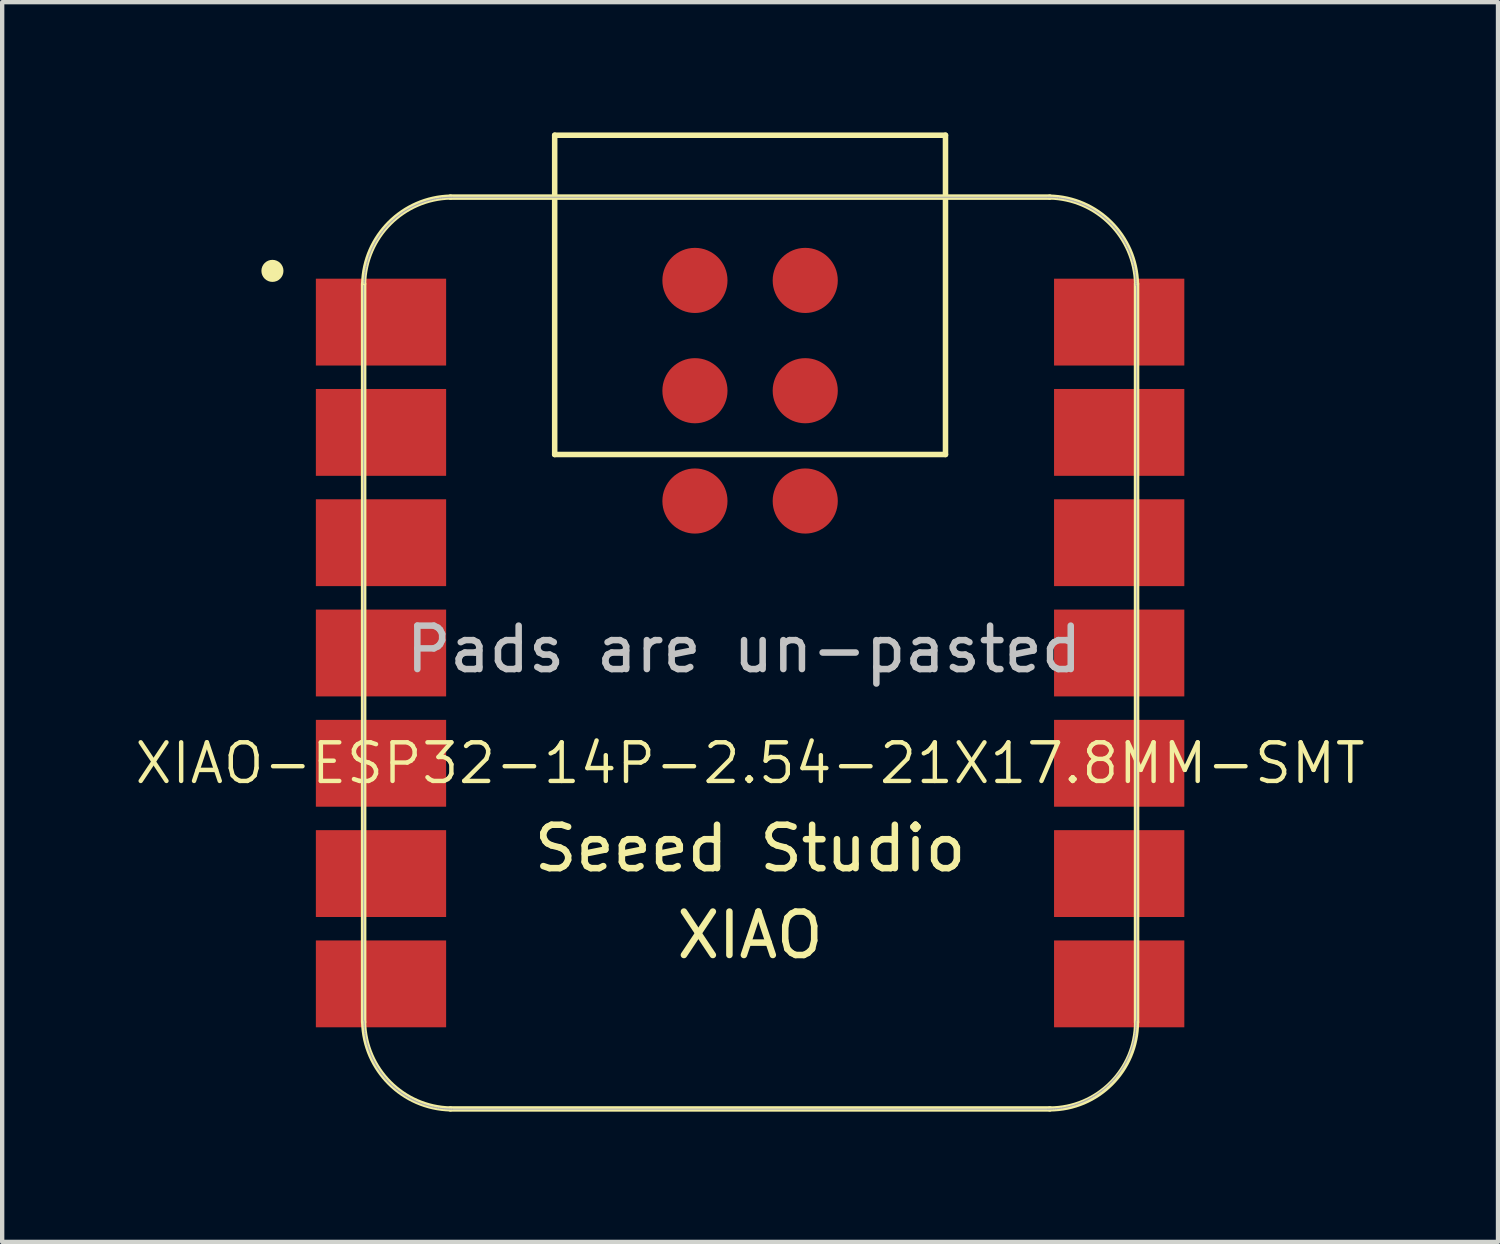
<source format=kicad_pcb>
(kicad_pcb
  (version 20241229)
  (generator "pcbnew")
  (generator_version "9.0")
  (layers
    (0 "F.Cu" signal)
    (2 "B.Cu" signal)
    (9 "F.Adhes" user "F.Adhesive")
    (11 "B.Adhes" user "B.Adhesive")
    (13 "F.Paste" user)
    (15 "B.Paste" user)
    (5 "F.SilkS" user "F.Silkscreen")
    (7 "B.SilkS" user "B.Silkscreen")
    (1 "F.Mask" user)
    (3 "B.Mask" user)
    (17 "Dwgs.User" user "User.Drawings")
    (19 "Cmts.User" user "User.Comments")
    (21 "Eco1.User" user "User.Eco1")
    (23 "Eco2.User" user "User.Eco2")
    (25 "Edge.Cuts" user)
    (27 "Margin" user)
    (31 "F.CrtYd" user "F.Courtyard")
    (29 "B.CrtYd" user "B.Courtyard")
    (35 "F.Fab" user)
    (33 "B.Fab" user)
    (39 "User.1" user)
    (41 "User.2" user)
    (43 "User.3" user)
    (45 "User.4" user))
  (footprint "XIAO-ESP32-14P-2.54-21X17.8MM-SMT"
    (layer "F.Cu")
    (at 14.224 11.988)
    (property "Reference" "XIAO-ESP32-14P-2.54-21X17.8MM-SMT" (at 0 2.54 0) (layer "F.SilkS") (effects (font (size 0.889 0.889) (thickness 0.102))))
    (attr smd)
    (fp_line (start -8.9 -8.5) (end -8.9 8.5) (stroke (width 0.127) (type solid)) (layer "F.SilkS"))
    (fp_line (start -6.9 10.5) (end 6.9 10.5) (stroke (width 0.127) (type solid)) (layer "F.SilkS"))
    (fp_line (start -4.5 -11.924) (end 4.5 -11.924) (stroke (width 0.127) (type solid)) (layer "F.SilkS"))
    (fp_line (start -4.5 -4.571) (end -4.5 -11.924) (stroke (width 0.127) (type solid)) (layer "F.SilkS"))
    (fp_line (start 4.5 -11.924) (end 4.5 -4.571) (stroke (width 0.127) (type solid)) (layer "F.SilkS"))
    (fp_line (start 4.5 -4.571) (end -4.5 -4.571) (stroke (width 0.127) (type solid)) (layer "F.SilkS"))
    (fp_line (start 6.9 -10.499) (end -6.9 -10.499) (stroke (width 0.127) (type solid)) (layer "F.SilkS"))
    (fp_line (start 8.9 8.5) (end 8.9 -8.5) (stroke (width 0.127) (type solid)) (layer "F.SilkS"))
    (fp_arc (start -8.9 -8.5) (mid -8.301491 -9.901491) (end -6.9 -10.5) (stroke (width 0.12) (type solid)) (layer "F.SilkS"))
    (fp_arc (start -6.9 10.5) (mid -8.301423 9.901423) (end -8.9 8.5) (stroke (width 0.12) (type solid)) (layer "F.SilkS"))
    (fp_arc (start 6.9 -10.5) (mid 8.301491 -9.901491) (end 8.9 -8.5) (stroke (width 0.12) (type solid)) (layer "F.SilkS"))
    (fp_arc (start 8.9 8.5) (mid 8.314214 9.914214) (end 6.9 10.5) (stroke (width 0.12) (type solid)) (layer "F.SilkS"))
    (fp_circle (center -11 -8.8) (end -11 -9.054) (stroke (width 0) (type solid)) (fill yes) (layer "F.SilkS"))
    (fp_poly (pts (xy -8.888 -8.562) (xy -8.885 -8.61) (xy -8.881 -8.659)) (stroke (width 0.025) (type solid)) (fill no) (layer "F.SilkS"))
    (fp_poly (pts (xy 8.889 8.522) (xy 8.888 8.571) (xy 8.885 8.62) (xy 8.881 8.669) (xy 8.875 8.717) (xy 8.869 8.766) (xy 8.861 8.815) (xy 8.852 8.863) (xy 8.842 8.911)) (stroke (width 0.025) (type solid)) (fill no) (layer "F.SilkS"))
    (fp_line (start -8.9 -8.463) (end -8.9 8.473) (stroke (width 0.025) (type solid)) (layer "F.Fab"))
    (fp_line (start -8.89 8.473) (end -8.889 8.522) (stroke (width 0.025) (type solid)) (layer "F.Fab"))
    (fp_line (start -8.889 8.522) (end -8.888 8.571) (stroke (width 0.025) (type solid)) (layer "F.Fab"))
    (fp_line (start -8.888 -8.562) (end -8.889 -8.512) (stroke (width 0.025) (type solid)) (layer "F.Fab"))
    (fp_line (start -8.888 8.571) (end -8.885 8.62) (stroke (width 0.025) (type solid)) (layer "F.Fab"))
    (fp_line (start -8.885 -8.61) (end -8.888 -8.562) (stroke (width 0.025) (type solid)) (layer "F.Fab"))
    (fp_line (start -8.885 8.62) (end -8.881 8.669) (stroke (width 0.025) (type solid)) (layer "F.Fab"))
    (fp_line (start -8.881 -8.659) (end -8.885 -8.61) (stroke (width 0.025) (type solid)) (layer "F.Fab"))
    (fp_line (start -8.881 8.669) (end -8.875 8.717) (stroke (width 0.025) (type solid)) (layer "F.Fab"))
    (fp_line (start -8.875 -8.708) (end -8.881 -8.659) (stroke (width 0.025) (type solid)) (layer "F.Fab"))
    (fp_line (start -8.875 8.717) (end -8.869 8.766) (stroke (width 0.025) (type solid)) (layer "F.Fab"))
    (fp_line (start -8.869 -8.757) (end -8.875 -8.708) (stroke (width 0.025) (type solid)) (layer "F.Fab"))
    (fp_line (start -8.869 8.766) (end -8.861 8.815) (stroke (width 0.025) (type solid)) (layer "F.Fab"))
    (fp_line (start -8.861 -8.806) (end -8.869 -8.757) (stroke (width 0.025) (type solid)) (layer "F.Fab"))
    (fp_line (start -8.861 8.815) (end -8.852 8.863) (stroke (width 0.025) (type solid)) (layer "F.Fab"))
    (fp_line (start -8.852 -8.854) (end -8.861 -8.806) (stroke (width 0.025) (type solid)) (layer "F.Fab"))
    (fp_line (start -8.852 8.863) (end -8.842 8.911) (stroke (width 0.025) (type solid)) (layer "F.Fab"))
    (fp_line (start -8.842 -8.902) (end -8.852 -8.854) (stroke (width 0.025) (type solid)) (layer "F.Fab"))
    (fp_line (start -8.842 8.911) (end -8.831 8.959) (stroke (width 0.025) (type solid)) (layer "F.Fab"))
    (fp_line (start -8.831 -8.95) (end -8.842 -8.902) (stroke (width 0.025) (type solid)) (layer "F.Fab"))
    (fp_line (start -8.831 8.959) (end -8.819 9.006) (stroke (width 0.025) (type solid)) (layer "F.Fab"))
    (fp_line (start -8.819 -8.997) (end -8.831 -8.95) (stroke (width 0.025) (type solid)) (layer "F.Fab"))
    (fp_line (start -8.819 9.006) (end -8.805 9.054) (stroke (width 0.025) (type solid)) (layer "F.Fab"))
    (fp_line (start -8.805 -9.045) (end -8.819 -8.997) (stroke (width 0.025) (type solid)) (layer "F.Fab"))
    (fp_line (start -8.805 9.054) (end -8.79 9.1) (stroke (width 0.025) (type solid)) (layer "F.Fab"))
    (fp_line (start -8.79 -9.091) (end -8.805 -9.045) (stroke (width 0.025) (type solid)) (layer "F.Fab"))
    (fp_line (start -8.79 9.1) (end -8.775 9.147) (stroke (width 0.025) (type solid)) (layer "F.Fab"))
    (fp_line (start -8.775 -9.138) (end -8.79 -9.091) (stroke (width 0.025) (type solid)) (layer "F.Fab"))
    (fp_line (start -8.775 9.147) (end -8.758 9.193) (stroke (width 0.025) (type solid)) (layer "F.Fab"))
    (fp_line (start -8.758 -9.184) (end -8.775 -9.138) (stroke (width 0.025) (type solid)) (layer "F.Fab"))
    (fp_line (start -8.758 9.193) (end -8.74 9.239) (stroke (width 0.025) (type solid)) (layer "F.Fab"))
    (fp_line (start -8.74 -9.23) (end -8.758 -9.184) (stroke (width 0.025) (type solid)) (layer "F.Fab"))
    (fp_line (start -8.74 9.239) (end -8.721 9.284) (stroke (width 0.025) (type solid)) (layer "F.Fab"))
    (fp_line (start -8.721 -9.275) (end -8.74 -9.23) (stroke (width 0.025) (type solid)) (layer "F.Fab"))
    (fp_line (start -8.721 9.284) (end -8.701 9.329) (stroke (width 0.025) (type solid)) (layer "F.Fab"))
    (fp_line (start -8.701 -9.32) (end -8.721 -9.275) (stroke (width 0.025) (type solid)) (layer "F.Fab"))
    (fp_line (start -8.701 9.329) (end -8.679 9.373) (stroke (width 0.025) (type solid)) (layer "F.Fab"))
    (fp_line (start -8.679 -9.364) (end -8.701 -9.32) (stroke (width 0.025) (type solid)) (layer "F.Fab"))
    (fp_line (start -8.679 9.373) (end -8.657 9.417) (stroke (width 0.025) (type solid)) (layer "F.Fab"))
    (fp_line (start -8.657 -9.408) (end -8.679 -9.364) (stroke (width 0.025) (type solid)) (layer "F.Fab"))
    (fp_line (start -8.657 9.417) (end -8.634 9.46) (stroke (width 0.025) (type solid)) (layer "F.Fab"))
    (fp_line (start -8.634 -9.451) (end -8.657 -9.408) (stroke (width 0.025) (type solid)) (layer "F.Fab"))
    (fp_line (start -8.634 9.46) (end -8.61 9.503) (stroke (width 0.025) (type solid)) (layer "F.Fab"))
    (fp_line (start -8.61 -9.494) (end -8.634 -9.451) (stroke (width 0.025) (type solid)) (layer "F.Fab"))
    (fp_line (start -8.61 9.503) (end -8.584 9.545) (stroke (width 0.025) (type solid)) (layer "F.Fab"))
    (fp_line (start -8.584 -9.536) (end -8.61 -9.494) (stroke (width 0.025) (type solid)) (layer "F.Fab"))
    (fp_line (start -8.584 9.545) (end -8.558 9.586) (stroke (width 0.025) (type solid)) (layer "F.Fab"))
    (fp_line (start -8.558 -9.577) (end -8.584 -9.536) (stroke (width 0.025) (type solid)) (layer "F.Fab"))
    (fp_line (start -8.558 9.586) (end -8.53 9.627) (stroke (width 0.025) (type solid)) (layer "F.Fab"))
    (fp_line (start -8.53 -9.618) (end -8.558 -9.577) (stroke (width 0.025) (type solid)) (layer "F.Fab"))
    (fp_line (start -8.53 9.627) (end -8.502 9.667) (stroke (width 0.025) (type solid)) (layer "F.Fab"))
    (fp_line (start -8.502 -9.658) (end -8.53 -9.618) (stroke (width 0.025) (type solid)) (layer "F.Fab"))
    (fp_line (start -8.502 9.667) (end -8.473 9.706) (stroke (width 0.025) (type solid)) (layer "F.Fab"))
    (fp_line (start -8.473 -9.697) (end -8.502 -9.658) (stroke (width 0.025) (type solid)) (layer "F.Fab"))
    (fp_line (start -8.473 9.706) (end -8.442 9.745) (stroke (width 0.025) (type solid)) (layer "F.Fab"))
    (fp_line (start -8.442 -9.736) (end -8.473 -9.697) (stroke (width 0.025) (type solid)) (layer "F.Fab"))
    (fp_line (start -8.442 9.745) (end -8.411 9.783) (stroke (width 0.025) (type solid)) (layer "F.Fab"))
    (fp_line (start -8.411 -9.774) (end -8.442 -9.736) (stroke (width 0.025) (type solid)) (layer "F.Fab"))
    (fp_line (start -8.411 9.783) (end -8.379 9.82) (stroke (width 0.025) (type solid)) (layer "F.Fab"))
    (fp_line (start -8.379 -9.811) (end -8.411 -9.774) (stroke (width 0.025) (type solid)) (layer "F.Fab"))
    (fp_line (start -8.379 9.82) (end -8.346 9.856) (stroke (width 0.025) (type solid)) (layer "F.Fab"))
    (fp_line (start -8.346 -9.847) (end -8.379 -9.811) (stroke (width 0.025) (type solid)) (layer "F.Fab"))
    (fp_line (start -8.346 9.856) (end -8.312 9.892) (stroke (width 0.025) (type solid)) (layer "F.Fab"))
    (fp_line (start -8.312 -9.883) (end -8.346 -9.847) (stroke (width 0.025) (type solid)) (layer "F.Fab"))
    (fp_line (start -8.312 9.892) (end -8.277 9.927) (stroke (width 0.025) (type solid)) (layer "F.Fab"))
    (fp_line (start -8.277 -9.918) (end -8.312 -9.883) (stroke (width 0.025) (type solid)) (layer "F.Fab"))
    (fp_line (start -8.277 9.927) (end -8.242 9.96) (stroke (width 0.025) (type solid)) (layer "F.Fab"))
    (fp_line (start -8.242 -9.951) (end -8.277 -9.918) (stroke (width 0.025) (type solid)) (layer "F.Fab"))
    (fp_line (start -8.242 9.96) (end -8.205 9.994) (stroke (width 0.025) (type solid)) (layer "F.Fab"))
    (fp_line (start -8.205 -9.984) (end -8.242 -9.951) (stroke (width 0.025) (type solid)) (layer "F.Fab"))
    (fp_line (start -8.205 9.994) (end -8.168 10.026) (stroke (width 0.025) (type solid)) (layer "F.Fab"))
    (fp_line (start -8.168 -10.017) (end -8.205 -9.984) (stroke (width 0.025) (type solid)) (layer "F.Fab"))
    (fp_line (start -8.168 10.026) (end -8.13 10.057) (stroke (width 0.025) (type solid)) (layer "F.Fab"))
    (fp_line (start -8.13 -10.048) (end -8.168 -10.017) (stroke (width 0.025) (type solid)) (layer "F.Fab"))
    (fp_line (start -8.13 10.057) (end -8.092 10.087) (stroke (width 0.025) (type solid)) (layer "F.Fab"))
    (fp_line (start -8.092 -10.078) (end -8.13 -10.048) (stroke (width 0.025) (type solid)) (layer "F.Fab"))
    (fp_line (start -8.092 10.087) (end -8.052 10.116) (stroke (width 0.025) (type solid)) (layer "F.Fab"))
    (fp_line (start -8.052 -10.107) (end -8.092 -10.078) (stroke (width 0.025) (type solid)) (layer "F.Fab"))
    (fp_line (start -8.052 10.116) (end -8.012 10.145) (stroke (width 0.025) (type solid)) (layer "F.Fab"))
    (fp_line (start -8.012 -10.136) (end -8.052 -10.107) (stroke (width 0.025) (type solid)) (layer "F.Fab"))
    (fp_line (start -8.012 10.145) (end -7.972 10.172) (stroke (width 0.025) (type solid)) (layer "F.Fab"))
    (fp_line (start -7.972 -10.163) (end -8.012 -10.136) (stroke (width 0.025) (type solid)) (layer "F.Fab"))
    (fp_line (start -7.972 10.172) (end -7.93 10.199) (stroke (width 0.025) (type solid)) (layer "F.Fab"))
    (fp_line (start -7.93 -10.19) (end -7.972 -10.163) (stroke (width 0.025) (type solid)) (layer "F.Fab"))
    (fp_line (start -7.93 10.199) (end -7.888 10.224) (stroke (width 0.025) (type solid)) (layer "F.Fab"))
    (fp_line (start -7.888 -10.215) (end -7.93 -10.19) (stroke (width 0.025) (type solid)) (layer "F.Fab"))
    (fp_line (start -7.888 10.224) (end -7.846 10.249) (stroke (width 0.025) (type solid)) (layer "F.Fab"))
    (fp_line (start -7.846 -10.239) (end -7.888 -10.215) (stroke (width 0.025) (type solid)) (layer "F.Fab"))
    (fp_line (start -7.846 10.249) (end -7.802 10.272) (stroke (width 0.025) (type solid)) (layer "F.Fab"))
    (fp_line (start -7.802 -10.263) (end -7.846 -10.239) (stroke (width 0.025) (type solid)) (layer "F.Fab"))
    (fp_line (start -7.802 10.272) (end -7.759 10.294) (stroke (width 0.025) (type solid)) (layer "F.Fab"))
    (fp_line (start -7.759 -10.285) (end -7.802 -10.263) (stroke (width 0.025) (type solid)) (layer "F.Fab"))
    (fp_line (start -7.759 10.294) (end -7.714 10.315) (stroke (width 0.025) (type solid)) (layer "F.Fab"))
    (fp_line (start -7.714 -10.306) (end -7.759 -10.285) (stroke (width 0.025) (type solid)) (layer "F.Fab"))
    (fp_line (start -7.714 10.315) (end -7.67 10.335) (stroke (width 0.025) (type solid)) (layer "F.Fab"))
    (fp_line (start -7.67 -10.326) (end -7.714 -10.306) (stroke (width 0.025) (type solid)) (layer "F.Fab"))
    (fp_line (start -7.67 10.335) (end -7.624 10.354) (stroke (width 0.025) (type solid)) (layer "F.Fab"))
    (fp_line (start -7.624 -10.345) (end -7.67 -10.326) (stroke (width 0.025) (type solid)) (layer "F.Fab"))
    (fp_line (start -7.624 10.354) (end -7.579 10.372) (stroke (width 0.025) (type solid)) (layer "F.Fab"))
    (fp_line (start -7.579 -10.363) (end -7.624 -10.345) (stroke (width 0.025) (type solid)) (layer "F.Fab"))
    (fp_line (start -7.579 10.372) (end -7.532 10.389) (stroke (width 0.025) (type solid)) (layer "F.Fab"))
    (fp_line (start -7.532 -10.38) (end -7.579 -10.363) (stroke (width 0.025) (type solid)) (layer "F.Fab"))
    (fp_line (start -7.532 10.389) (end -7.486 10.405) (stroke (width 0.025) (type solid)) (layer "F.Fab"))
    (fp_line (start -7.486 -10.396) (end -7.532 -10.38) (stroke (width 0.025) (type solid)) (layer "F.Fab"))
    (fp_line (start -7.486 10.405) (end -7.439 10.42) (stroke (width 0.025) (type solid)) (layer "F.Fab"))
    (fp_line (start -7.439 -10.411) (end -7.486 -10.396) (stroke (width 0.025) (type solid)) (layer "F.Fab"))
    (fp_line (start -7.439 10.42) (end -7.392 10.433) (stroke (width 0.025) (type solid)) (layer "F.Fab"))
    (fp_line (start -7.392 -10.424) (end -7.439 -10.411) (stroke (width 0.025) (type solid)) (layer "F.Fab"))
    (fp_line (start -7.392 10.433) (end -7.344 10.446) (stroke (width 0.025) (type solid)) (layer "F.Fab"))
    (fp_line (start -7.344 -10.436) (end -7.392 -10.424) (stroke (width 0.025) (type solid)) (layer "F.Fab"))
    (fp_line (start -7.344 10.446) (end -7.296 10.457) (stroke (width 0.025) (type solid)) (layer "F.Fab"))
    (fp_line (start -7.296 -10.448) (end -7.344 -10.436) (stroke (width 0.025) (type solid)) (layer "F.Fab"))
    (fp_line (start -7.296 10.457) (end -7.248 10.467) (stroke (width 0.025) (type solid)) (layer "F.Fab"))
    (fp_line (start -7.248 -10.458) (end -7.296 -10.448) (stroke (width 0.025) (type solid)) (layer "F.Fab"))
    (fp_line (start -7.248 10.467) (end -7.2 10.476) (stroke (width 0.025) (type solid)) (layer "F.Fab"))
    (fp_line (start -7.2 -10.466) (end -7.248 -10.458) (stroke (width 0.025) (type solid)) (layer "F.Fab"))
    (fp_line (start -7.2 10.476) (end -7.152 10.483) (stroke (width 0.025) (type solid)) (layer "F.Fab"))
    (fp_line (start -7.152 -10.474) (end -7.2 -10.466) (stroke (width 0.025) (type solid)) (layer "F.Fab"))
    (fp_line (start -7.152 10.483) (end -7.103 10.49) (stroke (width 0.025) (type solid)) (layer "F.Fab"))
    (fp_line (start -7.103 -10.481) (end -7.152 -10.474) (stroke (width 0.025) (type solid)) (layer "F.Fab"))
    (fp_line (start -7.103 10.49) (end -7.054 10.495) (stroke (width 0.025) (type solid)) (layer "F.Fab"))
    (fp_line (start -7.054 -10.486) (end -7.103 -10.481) (stroke (width 0.025) (type solid)) (layer "F.Fab"))
    (fp_line (start -7.054 10.495) (end -7.005 10.499) (stroke (width 0.025) (type solid)) (layer "F.Fab"))
    (fp_line (start -7.005 -10.49) (end -7.054 -10.486) (stroke (width 0.025) (type solid)) (layer "F.Fab"))
    (fp_line (start -7.005 10.499) (end -6.956 10.502) (stroke (width 0.025) (type solid)) (layer "F.Fab"))
    (fp_line (start -6.956 -10.493) (end -7.005 -10.49) (stroke (width 0.025) (type solid)) (layer "F.Fab"))
    (fp_line (start -6.956 10.502) (end -6.907 10.504) (stroke (width 0.025) (type solid)) (layer "F.Fab"))
    (fp_line (start -6.907 -10.495) (end -6.956 -10.493) (stroke (width 0.025) (type solid)) (layer "F.Fab"))
    (fp_line (start -6.907 10.504) (end -6.858 10.505) (stroke (width 0.025) (type solid)) (layer "F.Fab"))
    (fp_line (start -6.858 -10.495) (end -6.907 -10.495) (stroke (width 0.025) (type solid)) (layer "F.Fab"))
    (fp_line (start -6.858 10.505) (end 6.858 10.505) (stroke (width 0.025) (type solid)) (layer "F.Fab"))
    (fp_line (start 6.858 -10.495) (end -6.858 -10.495) (stroke (width 0.025) (type solid)) (layer "F.Fab"))
    (fp_line (start 6.858 10.505) (end 6.907 10.504) (stroke (width 0.025) (type solid)) (layer "F.Fab"))
    (fp_line (start 6.907 -10.495) (end 6.858 -10.495) (stroke (width 0.025) (type solid)) (layer "F.Fab"))
    (fp_line (start 6.907 10.504) (end 6.956 10.502) (stroke (width 0.025) (type solid)) (layer "F.Fab"))
    (fp_line (start 6.956 -10.493) (end 6.907 -10.495) (stroke (width 0.025) (type solid)) (layer "F.Fab"))
    (fp_line (start 6.956 10.502) (end 7.005 10.499) (stroke (width 0.025) (type solid)) (layer "F.Fab"))
    (fp_line (start 7.005 -10.49) (end 6.956 -10.493) (stroke (width 0.025) (type solid)) (layer "F.Fab"))
    (fp_line (start 7.005 10.499) (end 7.054 10.495) (stroke (width 0.025) (type solid)) (layer "F.Fab"))
    (fp_line (start 7.054 -10.486) (end 7.005 -10.49) (stroke (width 0.025) (type solid)) (layer "F.Fab"))
    (fp_line (start 7.054 10.495) (end 7.103 10.49) (stroke (width 0.025) (type solid)) (layer "F.Fab"))
    (fp_line (start 7.103 -10.481) (end 7.054 -10.486) (stroke (width 0.025) (type solid)) (layer "F.Fab"))
    (fp_line (start 7.103 10.49) (end 7.152 10.483) (stroke (width 0.025) (type solid)) (layer "F.Fab"))
    (fp_line (start 7.152 -10.474) (end 7.103 -10.481) (stroke (width 0.025) (type solid)) (layer "F.Fab"))
    (fp_line (start 7.152 10.483) (end 7.2 10.476) (stroke (width 0.025) (type solid)) (layer "F.Fab"))
    (fp_line (start 7.2 -10.466) (end 7.152 -10.474) (stroke (width 0.025) (type solid)) (layer "F.Fab"))
    (fp_line (start 7.2 10.476) (end 7.248 10.467) (stroke (width 0.025) (type solid)) (layer "F.Fab"))
    (fp_line (start 7.248 -10.458) (end 7.2 -10.466) (stroke (width 0.025) (type solid)) (layer "F.Fab"))
    (fp_line (start 7.248 10.467) (end 7.296 10.457) (stroke (width 0.025) (type solid)) (layer "F.Fab"))
    (fp_line (start 7.296 -10.448) (end 7.248 -10.458) (stroke (width 0.025) (type solid)) (layer "F.Fab"))
    (fp_line (start 7.296 10.457) (end 7.344 10.446) (stroke (width 0.025) (type solid)) (layer "F.Fab"))
    (fp_line (start 7.344 -10.436) (end 7.296 -10.448) (stroke (width 0.025) (type solid)) (layer "F.Fab"))
    (fp_line (start 7.344 10.446) (end 7.392 10.433) (stroke (width 0.025) (type solid)) (layer "F.Fab"))
    (fp_line (start 7.392 -10.424) (end 7.344 -10.436) (stroke (width 0.025) (type solid)) (layer "F.Fab"))
    (fp_line (start 7.392 10.433) (end 7.439 10.42) (stroke (width 0.025) (type solid)) (layer "F.Fab"))
    (fp_line (start 7.439 -10.411) (end 7.392 -10.424) (stroke (width 0.025) (type solid)) (layer "F.Fab"))
    (fp_line (start 7.439 10.42) (end 7.486 10.405) (stroke (width 0.025) (type solid)) (layer "F.Fab"))
    (fp_line (start 7.486 -10.396) (end 7.439 -10.411) (stroke (width 0.025) (type solid)) (layer "F.Fab"))
    (fp_line (start 7.486 10.405) (end 7.532 10.389) (stroke (width 0.025) (type solid)) (layer "F.Fab"))
    (fp_line (start 7.532 -10.38) (end 7.486 -10.396) (stroke (width 0.025) (type solid)) (layer "F.Fab"))
    (fp_line (start 7.532 10.389) (end 7.579 10.372) (stroke (width 0.025) (type solid)) (layer "F.Fab"))
    (fp_line (start 7.579 -10.363) (end 7.532 -10.38) (stroke (width 0.025) (type solid)) (layer "F.Fab"))
    (fp_line (start 7.579 10.372) (end 7.624 10.354) (stroke (width 0.025) (type solid)) (layer "F.Fab"))
    (fp_line (start 7.624 -10.345) (end 7.579 -10.363) (stroke (width 0.025) (type solid)) (layer "F.Fab"))
    (fp_line (start 7.624 10.354) (end 7.67 10.335) (stroke (width 0.025) (type solid)) (layer "F.Fab"))
    (fp_line (start 7.67 -10.326) (end 7.624 -10.345) (stroke (width 0.025) (type solid)) (layer "F.Fab"))
    (fp_line (start 7.67 10.335) (end 7.714 10.315) (stroke (width 0.025) (type solid)) (layer "F.Fab"))
    (fp_line (start 7.714 -10.306) (end 7.67 -10.326) (stroke (width 0.025) (type solid)) (layer "F.Fab"))
    (fp_line (start 7.714 10.315) (end 7.759 10.294) (stroke (width 0.025) (type solid)) (layer "F.Fab"))
    (fp_line (start 7.759 -10.285) (end 7.714 -10.306) (stroke (width 0.025) (type solid)) (layer "F.Fab"))
    (fp_line (start 7.759 10.294) (end 7.802 10.272) (stroke (width 0.025) (type solid)) (layer "F.Fab"))
    (fp_line (start 7.802 -10.263) (end 7.759 -10.285) (stroke (width 0.025) (type solid)) (layer "F.Fab"))
    (fp_line (start 7.802 10.272) (end 7.846 10.249) (stroke (width 0.025) (type solid)) (layer "F.Fab"))
    (fp_line (start 7.846 -10.239) (end 7.802 -10.263) (stroke (width 0.025) (type solid)) (layer "F.Fab"))
    (fp_line (start 7.846 10.249) (end 7.888 10.224) (stroke (width 0.025) (type solid)) (layer "F.Fab"))
    (fp_line (start 7.888 -10.215) (end 7.846 -10.239) (stroke (width 0.025) (type solid)) (layer "F.Fab"))
    (fp_line (start 7.888 10.224) (end 7.93 10.199) (stroke (width 0.025) (type solid)) (layer "F.Fab"))
    (fp_line (start 7.93 -10.19) (end 7.888 -10.215) (stroke (width 0.025) (type solid)) (layer "F.Fab"))
    (fp_line (start 7.93 10.199) (end 7.972 10.172) (stroke (width 0.025) (type solid)) (layer "F.Fab"))
    (fp_line (start 7.972 -10.163) (end 7.93 -10.19) (stroke (width 0.025) (type solid)) (layer "F.Fab"))
    (fp_line (start 7.972 10.172) (end 8.012 10.145) (stroke (width 0.025) (type solid)) (layer "F.Fab"))
    (fp_line (start 8.012 -10.136) (end 7.972 -10.163) (stroke (width 0.025) (type solid)) (layer "F.Fab"))
    (fp_line (start 8.012 10.145) (end 8.052 10.116) (stroke (width 0.025) (type solid)) (layer "F.Fab"))
    (fp_line (start 8.052 -10.107) (end 8.012 -10.136) (stroke (width 0.025) (type solid)) (layer "F.Fab"))
    (fp_line (start 8.052 10.116) (end 8.092 10.087) (stroke (width 0.025) (type solid)) (layer "F.Fab"))
    (fp_line (start 8.092 -10.078) (end 8.052 -10.107) (stroke (width 0.025) (type solid)) (layer "F.Fab"))
    (fp_line (start 8.092 10.087) (end 8.13 10.057) (stroke (width 0.025) (type solid)) (layer "F.Fab"))
    (fp_line (start 8.13 -10.048) (end 8.092 -10.078) (stroke (width 0.025) (type solid)) (layer "F.Fab"))
    (fp_line (start 8.13 10.057) (end 8.168 10.026) (stroke (width 0.025) (type solid)) (layer "F.Fab"))
    (fp_line (start 8.168 -10.017) (end 8.13 -10.048) (stroke (width 0.025) (type solid)) (layer "F.Fab"))
    (fp_line (start 8.168 10.026) (end 8.205 9.994) (stroke (width 0.025) (type solid)) (layer "F.Fab"))
    (fp_line (start 8.205 -9.984) (end 8.168 -10.017) (stroke (width 0.025) (type solid)) (layer "F.Fab"))
    (fp_line (start 8.205 9.994) (end 8.242 9.96) (stroke (width 0.025) (type solid)) (layer "F.Fab"))
    (fp_line (start 8.242 -9.951) (end 8.205 -9.984) (stroke (width 0.025) (type solid)) (layer "F.Fab"))
    (fp_line (start 8.242 9.96) (end 8.277 9.927) (stroke (width 0.025) (type solid)) (layer "F.Fab"))
    (fp_line (start 8.277 -9.918) (end 8.242 -9.951) (stroke (width 0.025) (type solid)) (layer "F.Fab"))
    (fp_line (start 8.277 9.927) (end 8.312 9.892) (stroke (width 0.025) (type solid)) (layer "F.Fab"))
    (fp_line (start 8.312 -9.883) (end 8.277 -9.918) (stroke (width 0.025) (type solid)) (layer "F.Fab"))
    (fp_line (start 8.312 9.892) (end 8.346 9.856) (stroke (width 0.025) (type solid)) (layer "F.Fab"))
    (fp_line (start 8.346 -9.847) (end 8.312 -9.883) (stroke (width 0.025) (type solid)) (layer "F.Fab"))
    (fp_line (start 8.346 9.856) (end 8.379 9.82) (stroke (width 0.025) (type solid)) (layer "F.Fab"))
    (fp_line (start 8.379 -9.811) (end 8.346 -9.847) (stroke (width 0.025) (type solid)) (layer "F.Fab"))
    (fp_line (start 8.379 9.82) (end 8.411 9.783) (stroke (width 0.025) (type solid)) (layer "F.Fab"))
    (fp_line (start 8.411 -9.774) (end 8.379 -9.811) (stroke (width 0.025) (type solid)) (layer "F.Fab"))
    (fp_line (start 8.411 9.783) (end 8.442 9.745) (stroke (width 0.025) (type solid)) (layer "F.Fab"))
    (fp_line (start 8.442 -9.736) (end 8.411 -9.774) (stroke (width 0.025) (type solid)) (layer "F.Fab"))
    (fp_line (start 8.442 9.745) (end 8.473 9.706) (stroke (width 0.025) (type solid)) (layer "F.Fab"))
    (fp_line (start 8.473 -9.697) (end 8.442 -9.736) (stroke (width 0.025) (type solid)) (layer "F.Fab"))
    (fp_line (start 8.473 9.706) (end 8.502 9.667) (stroke (width 0.025) (type solid)) (layer "F.Fab"))
    (fp_line (start 8.502 -9.658) (end 8.473 -9.697) (stroke (width 0.025) (type solid)) (layer "F.Fab"))
    (fp_line (start 8.502 9.667) (end 8.53 9.627) (stroke (width 0.025) (type solid)) (layer "F.Fab"))
    (fp_line (start 8.53 -9.618) (end 8.502 -9.658) (stroke (width 0.025) (type solid)) (layer "F.Fab"))
    (fp_line (start 8.53 9.627) (end 8.558 9.586) (stroke (width 0.025) (type solid)) (layer "F.Fab"))
    (fp_line (start 8.558 -9.577) (end 8.53 -9.618) (stroke (width 0.025) (type solid)) (layer "F.Fab"))
    (fp_line (start 8.558 9.586) (end 8.584 9.545) (stroke (width 0.025) (type solid)) (layer "F.Fab"))
    (fp_line (start 8.584 -9.536) (end 8.558 -9.577) (stroke (width 0.025) (type solid)) (layer "F.Fab"))
    (fp_line (start 8.584 9.545) (end 8.61 9.503) (stroke (width 0.025) (type solid)) (layer "F.Fab"))
    (fp_line (start 8.61 -9.494) (end 8.584 -9.536) (stroke (width 0.025) (type solid)) (layer "F.Fab"))
    (fp_line (start 8.61 9.503) (end 8.634 9.46) (stroke (width 0.025) (type solid)) (layer "F.Fab"))
    (fp_line (start 8.634 -9.451) (end 8.61 -9.494) (stroke (width 0.025) (type solid)) (layer "F.Fab"))
    (fp_line (start 8.634 9.46) (end 8.657 9.417) (stroke (width 0.025) (type solid)) (layer "F.Fab"))
    (fp_line (start 8.657 -9.408) (end 8.634 -9.451) (stroke (width 0.025) (type solid)) (layer "F.Fab"))
    (fp_line (start 8.657 9.417) (end 8.679 9.373) (stroke (width 0.025) (type solid)) (layer "F.Fab"))
    (fp_line (start 8.679 -9.364) (end 8.657 -9.408) (stroke (width 0.025) (type solid)) (layer "F.Fab"))
    (fp_line (start 8.679 9.373) (end 8.701 9.329) (stroke (width 0.025) (type solid)) (layer "F.Fab"))
    (fp_line (start 8.701 -9.32) (end 8.679 -9.364) (stroke (width 0.025) (type solid)) (layer "F.Fab"))
    (fp_line (start 8.701 9.329) (end 8.721 9.284) (stroke (width 0.025) (type solid)) (layer "F.Fab"))
    (fp_line (start 8.721 -9.275) (end 8.701 -9.32) (stroke (width 0.025) (type solid)) (layer "F.Fab"))
    (fp_line (start 8.721 9.284) (end 8.74 9.239) (stroke (width 0.025) (type solid)) (layer "F.Fab"))
    (fp_line (start 8.74 -9.23) (end 8.721 -9.275) (stroke (width 0.025) (type solid)) (layer "F.Fab"))
    (fp_line (start 8.74 9.239) (end 8.758 9.193) (stroke (width 0.025) (type solid)) (layer "F.Fab"))
    (fp_line (start 8.758 -9.184) (end 8.74 -9.23) (stroke (width 0.025) (type solid)) (layer "F.Fab"))
    (fp_line (start 8.758 9.193) (end 8.775 9.147) (stroke (width 0.025) (type solid)) (layer "F.Fab"))
    (fp_line (start 8.775 -9.138) (end 8.758 -9.184) (stroke (width 0.025) (type solid)) (layer "F.Fab"))
    (fp_line (start 8.775 9.147) (end 8.79 9.1) (stroke (width 0.025) (type solid)) (layer "F.Fab"))
    (fp_line (start 8.79 -9.091) (end 8.775 -9.138) (stroke (width 0.025) (type solid)) (layer "F.Fab"))
    (fp_line (start 8.79 9.1) (end 8.805 9.054) (stroke (width 0.025) (type solid)) (layer "F.Fab"))
    (fp_line (start 8.805 -9.045) (end 8.79 -9.091) (stroke (width 0.025) (type solid)) (layer "F.Fab"))
    (fp_line (start 8.805 9.054) (end 8.819 9.006) (stroke (width 0.025) (type solid)) (layer "F.Fab"))
    (fp_line (start 8.819 -8.997) (end 8.805 -9.045) (stroke (width 0.025) (type solid)) (layer "F.Fab"))
    (fp_line (start 8.819 9.006) (end 8.831 8.959) (stroke (width 0.025) (type solid)) (layer "F.Fab"))
    (fp_line (start 8.831 -8.95) (end 8.819 -8.997) (stroke (width 0.025) (type solid)) (layer "F.Fab"))
    (fp_line (start 8.831 8.959) (end 8.842 8.911) (stroke (width 0.025) (type solid)) (layer "F.Fab"))
    (fp_line (start 8.842 -8.902) (end 8.831 -8.95) (stroke (width 0.025) (type solid)) (layer "F.Fab"))
    (fp_line (start 8.842 8.911) (end 8.852 8.863) (stroke (width 0.025) (type solid)) (layer "F.Fab"))
    (fp_line (start 8.852 -8.854) (end 8.842 -8.902) (stroke (width 0.025) (type solid)) (layer "F.Fab"))
    (fp_line (start 8.852 8.863) (end 8.861 8.815) (stroke (width 0.025) (type solid)) (layer "F.Fab"))
    (fp_line (start 8.861 -8.806) (end 8.852 -8.854) (stroke (width 0.025) (type solid)) (layer "F.Fab"))
    (fp_line (start 8.861 8.815) (end 8.869 8.766) (stroke (width 0.025) (type solid)) (layer "F.Fab"))
    (fp_line (start 8.869 -8.757) (end 8.861 -8.806) (stroke (width 0.025) (type solid)) (layer "F.Fab"))
    (fp_line (start 8.869 8.766) (end 8.875 8.717) (stroke (width 0.025) (type solid)) (layer "F.Fab"))
    (fp_line (start 8.875 -8.708) (end 8.869 -8.757) (stroke (width 0.025) (type solid)) (layer "F.Fab"))
    (fp_line (start 8.875 8.717) (end 8.881 8.669) (stroke (width 0.025) (type solid)) (layer "F.Fab"))
    (fp_line (start 8.881 -8.659) (end 8.875 -8.708) (stroke (width 0.025) (type solid)) (layer "F.Fab"))
    (fp_line (start 8.881 8.669) (end 8.885 8.62) (stroke (width 0.025) (type solid)) (layer "F.Fab"))
    (fp_line (start 8.885 -8.61) (end 8.881 -8.659) (stroke (width 0.025) (type solid)) (layer "F.Fab"))
    (fp_line (start 8.885 8.62) (end 8.888 8.571) (stroke (width 0.025) (type solid)) (layer "F.Fab"))
    (fp_line (start 8.888 -8.562) (end 8.885 -8.61) (stroke (width 0.025) (type solid)) (layer "F.Fab"))
    (fp_line (start 8.888 8.571) (end 8.889 8.522) (stroke (width 0.025) (type solid)) (layer "F.Fab"))
    (fp_line (start 8.889 -8.512) (end 8.888 -8.562) (stroke (width 0.025) (type solid)) (layer "F.Fab"))
    (fp_line (start 8.889 8.522) (end 8.89 8.473) (stroke (width 0.025) (type solid)) (layer "F.Fab"))
    (fp_line (start 8.89 -8.463) (end 8.889 -8.512) (stroke (width 0.025) (type solid)) (layer "F.Fab"))
    (fp_line (start 8.9 8.473) (end 8.9 -8.463) (stroke (width 0.025) (type solid)) (layer "F.Fab"))
    (fp_text user "Seeed Studio" (at 0 4.5 0) (unlocked yes) (layer "F.SilkS") (effects (font (size 1 1) (thickness 0.15))))
    (fp_text user "XIAO" (at 0 6.5 0) (unlocked yes) (layer "F.SilkS") (effects (font (size 1 1) (thickness 0.15))))
    (fp_text user "Pads are un-pasted" (at -8 0.5 0) (unlocked yes) (layer "Dwgs.User") (effects (font (size 1 1) (thickness 0.15)) (justify left bottom)))
    (pad "1" smd rect (at -8.5 -7.62) (size 3 2) (layers "F.Cu" "F.Mask"))
    (pad "2" smd rect (at -8.5 -5.08) (size 3 2) (layers "F.Cu" "F.Mask"))
    (pad "3" smd rect (at -8.5 -2.54) (size 3 2) (layers "F.Cu" "F.Mask"))
    (pad "4" smd rect (at -8.5 0) (size 3 2) (layers "F.Cu" "F.Mask"))
    (pad "5" smd rect (at -8.5 2.54) (size 3 2) (layers "F.Cu" "F.Mask"))
    (pad "6" smd rect (at -8.5 5.08 180) (size 3 2) (layers "F.Cu" "F.Mask"))
    (pad "7" smd rect (at -8.5 7.62) (size 3 2) (layers "F.Cu" "F.Mask"))
    (pad "8" smd rect (at 8.5 7.62) (size 3 2) (layers "F.Cu" "F.Mask"))
    (pad "9" smd rect (at 8.5 5.08) (size 3 2) (layers "F.Cu" "F.Mask"))
    (pad "10" smd rect (at 8.5 2.54) (size 3 2) (layers "F.Cu" "F.Mask"))
    (pad "11" smd rect (at 8.5 0) (size 3 2) (layers "F.Cu" "F.Mask"))
    (pad "12" smd rect (at 8.5 -2.54) (size 3 2) (layers "F.Cu" "F.Mask"))
    (pad "13" smd rect (at 8.5 -5.08) (size 3 2) (layers "F.Cu" "F.Mask"))
    (pad "14" smd rect (at 8.5 -7.62) (size 3 2) (layers "F.Cu" "F.Mask"))
    (pad "15" smd circle (at -1.27 -8.58 90) (size 1.5 1.5) (layers "F.Cu" "F.Mask"))
    (pad "16" smd circle (at 1.27 -8.58 90) (size 1.5 1.5) (layers "F.Cu" "F.Mask"))
    (pad "17" smd circle (at -1.27 -6.04 90) (size 1.5 1.5) (layers "F.Cu" "F.Mask"))
    (pad "18" smd circle (at 1.27 -6.04 90) (size 1.5 1.5) (layers "F.Cu" "F.Mask"))
    (pad "19" smd circle (at -1.27 -3.5 90) (size 1.5 1.5) (layers "F.Cu" "F.Mask"))
    (pad "20" smd circle (at 1.27 -3.5 90) (size 1.5 1.5) (layers "F.Cu" "F.Mask")))
  (gr_rect
    (start -3 -3)
    (end 31.448 25.551)
    (stroke (width 0.1) (type default))
    (fill no)
    (layer "Edge.Cuts")))
</source>
